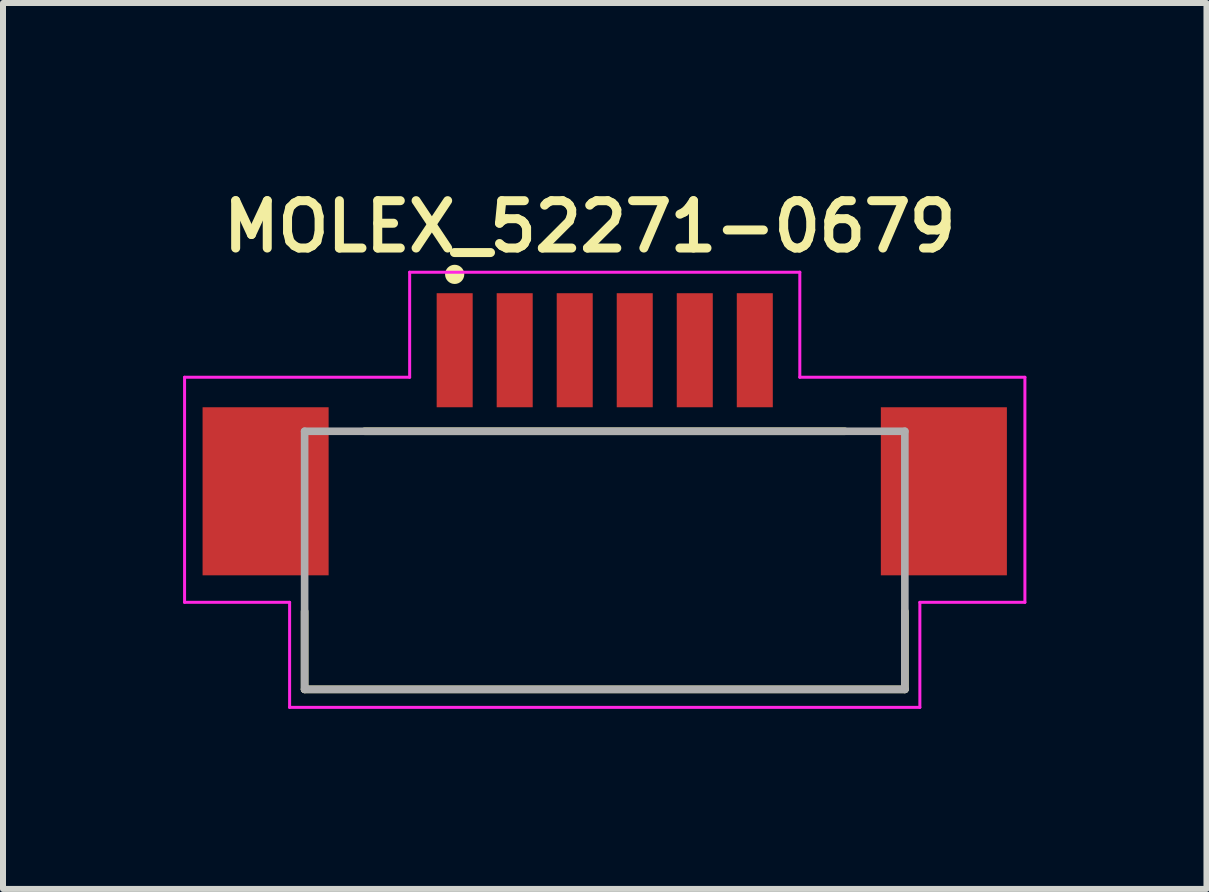
<source format=kicad_pcb>
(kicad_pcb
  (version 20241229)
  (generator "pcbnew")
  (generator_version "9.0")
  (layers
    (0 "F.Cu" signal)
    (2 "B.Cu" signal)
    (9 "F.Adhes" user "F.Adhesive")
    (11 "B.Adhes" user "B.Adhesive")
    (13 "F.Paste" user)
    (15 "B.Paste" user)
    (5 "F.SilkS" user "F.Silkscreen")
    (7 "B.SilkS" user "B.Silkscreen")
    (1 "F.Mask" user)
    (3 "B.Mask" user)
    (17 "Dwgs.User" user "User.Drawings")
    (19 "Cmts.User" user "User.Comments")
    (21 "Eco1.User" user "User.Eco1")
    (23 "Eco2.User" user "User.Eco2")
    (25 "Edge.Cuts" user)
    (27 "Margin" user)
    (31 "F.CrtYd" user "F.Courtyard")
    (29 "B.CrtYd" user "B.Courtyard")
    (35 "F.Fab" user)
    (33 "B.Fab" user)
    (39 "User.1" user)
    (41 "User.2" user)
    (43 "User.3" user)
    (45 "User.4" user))
  (footprint "MOLEX_52271-0679"
    (layer "F.Cu")
    (at 7.025 6.285)
    (property "Reference" "MOLEX_52271-0679" (at -0.25 -5.56 0) (layer "F.SilkS") (effects (font (size 0.789 0.789) (thickness 0.15))))
    (attr through_hole)
    (fp_line (start -5 0.85) (end -5 2.15) (stroke (width 0.127) (type solid)) (layer "F.SilkS"))
    (fp_line (start -5 2.15) (end 5 2.15) (stroke (width 0.127) (type solid)) (layer "F.SilkS"))
    (fp_line (start -4 -2.15) (end 4 -2.15) (stroke (width 0.127) (type solid)) (layer "F.SilkS"))
    (fp_line (start 5 0.85) (end 5 2.15) (stroke (width 0.127) (type solid)) (layer "F.SilkS"))
    (fp_circle (center -2.5 -4.764) (end -2.42 -4.764) (stroke (width 0.16) (type solid)) (fill no) (layer "F.SilkS"))
    (fp_line (start -7 -3.05) (end -7 0.7) (stroke (width 0.05) (type solid)) (layer "F.CrtYd"))
    (fp_line (start -7 0.7) (end -5.25 0.7) (stroke (width 0.05) (type solid)) (layer "F.CrtYd"))
    (fp_line (start -5.25 0.7) (end -5.25 2.45) (stroke (width 0.05) (type solid)) (layer "F.CrtYd"))
    (fp_line (start -5.25 2.45) (end 5.25 2.45) (stroke (width 0.05) (type solid)) (layer "F.CrtYd"))
    (fp_line (start -3.25 -4.8) (end -3.25 -3.05) (stroke (width 0.05) (type solid)) (layer "F.CrtYd"))
    (fp_line (start -3.25 -3.05) (end -7 -3.05) (stroke (width 0.05) (type solid)) (layer "F.CrtYd"))
    (fp_line (start 3.25 -4.8) (end -3.25 -4.8) (stroke (width 0.05) (type solid)) (layer "F.CrtYd"))
    (fp_line (start 3.25 -3.05) (end 3.25 -4.8) (stroke (width 0.05) (type solid)) (layer "F.CrtYd"))
    (fp_line (start 5.25 0.7) (end 7 0.7) (stroke (width 0.05) (type solid)) (layer "F.CrtYd"))
    (fp_line (start 5.25 2.45) (end 5.25 0.7) (stroke (width 0.05) (type solid)) (layer "F.CrtYd"))
    (fp_line (start 7 -3.05) (end 3.25 -3.05) (stroke (width 0.05) (type solid)) (layer "F.CrtYd"))
    (fp_line (start 7 0.7) (end 7 -3.05) (stroke (width 0.05) (type solid)) (layer "F.CrtYd"))
    (fp_line (start -5 -2.15) (end -5 2.15) (stroke (width 0.127) (type solid)) (layer "F.Fab"))
    (fp_line (start -5 -2.15) (end 5 -2.15) (stroke (width 0.127) (type solid)) (layer "F.Fab"))
    (fp_line (start -5 2.15) (end 5 2.15) (stroke (width 0.127) (type solid)) (layer "F.Fab"))
    (fp_line (start 5 -2.15) (end 5 2.15) (stroke (width 0.127) (type solid)) (layer "F.Fab"))
    (pad "1" smd rect (at -2.5 -3.5) (size 0.6 1.9) (layers "F.Cu" "F.Mask" "F.Paste"))
    (pad "2" smd rect (at -1.5 -3.5) (size 0.6 1.9) (layers "F.Cu" "F.Mask" "F.Paste"))
    (pad "3" smd rect (at -0.5 -3.5) (size 0.6 1.9) (layers "F.Cu" "F.Mask" "F.Paste"))
    (pad "4" smd rect (at 0.5 -3.5) (size 0.6 1.9) (layers "F.Cu" "F.Mask" "F.Paste"))
    (pad "5" smd rect (at 1.5 -3.5) (size 0.6 1.9) (layers "F.Cu" "F.Mask" "F.Paste"))
    (pad "6" smd rect (at 2.5 -3.5) (size 0.6 1.9) (layers "F.Cu" "F.Mask" "F.Paste"))
    (pad "FITTING_NAIL_1" smd rect (at -5.65 -1.15 270) (size 2.8 2.1) (layers "F.Cu" "F.Mask" "F.Paste"))
    (pad "FITTING_NAIL_2" smd rect (at 5.65 -1.15 270) (size 2.8 2.1) (layers "F.Cu" "F.Mask" "F.Paste"))
    (zone (net_name "") (layer "F.Cu") (hatch full 0.508) (connect_pads) (min_thickness 0.01) (filled_areas_thickness no) (keepout (tracks not_allowed) (vias not_allowed) (pads not_allowed) (copperpour not_allowed) (footprints allowed)) (placement (enabled no)) (fill) (polygon (pts (xy 2.412 4.335) (xy 4.075 4.335) (xy 4.075 5.934) (xy 2.412 5.934))))
    (zone (net_name "") (layer "F.Cu") (hatch full 0.508) (connect_pads) (min_thickness 0.01) (filled_areas_thickness no) (keepout (tracks not_allowed) (vias not_allowed) (pads not_allowed) (copperpour not_allowed) (footprints allowed)) (placement (enabled no)) (fill) (polygon (pts (xy 9.986 4.335) (xy 11.625 4.335) (xy 11.625 5.934) (xy 9.986 5.934)))))
  (gr_rect
    (start -3 -3)
    (end 17.05 11.76)
    (stroke (width 0.1) (type default))
    (fill no)
    (layer "Edge.Cuts")))
</source>
